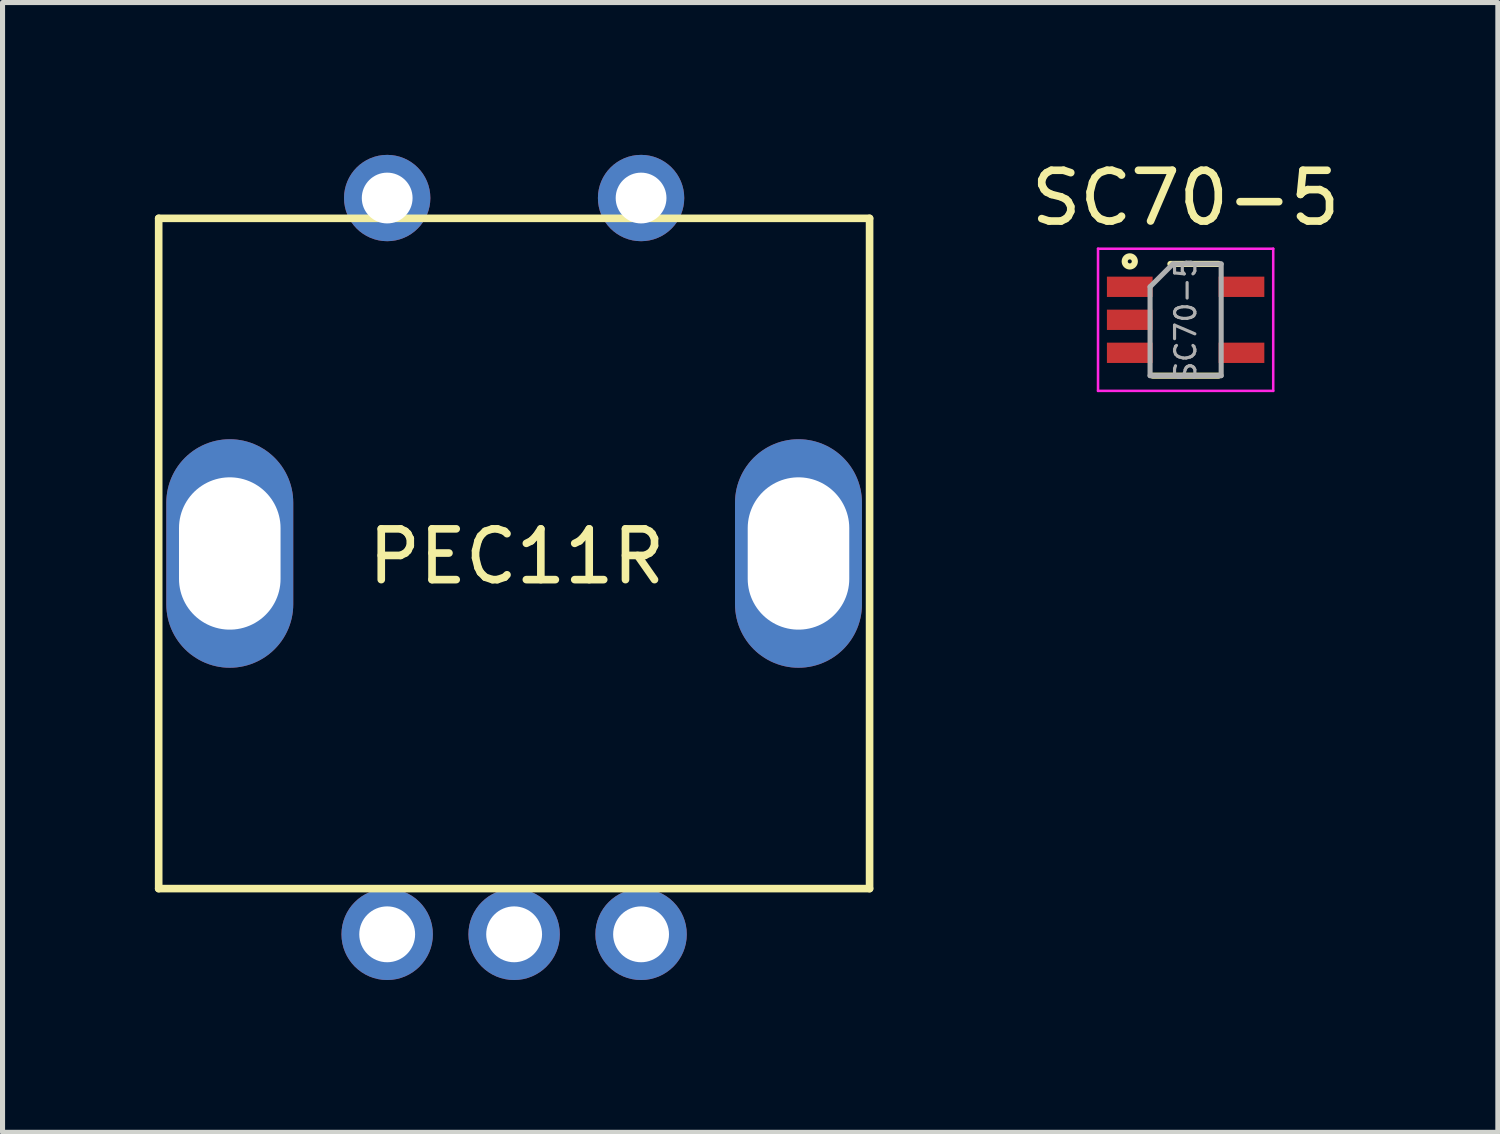
<source format=kicad_pcb>
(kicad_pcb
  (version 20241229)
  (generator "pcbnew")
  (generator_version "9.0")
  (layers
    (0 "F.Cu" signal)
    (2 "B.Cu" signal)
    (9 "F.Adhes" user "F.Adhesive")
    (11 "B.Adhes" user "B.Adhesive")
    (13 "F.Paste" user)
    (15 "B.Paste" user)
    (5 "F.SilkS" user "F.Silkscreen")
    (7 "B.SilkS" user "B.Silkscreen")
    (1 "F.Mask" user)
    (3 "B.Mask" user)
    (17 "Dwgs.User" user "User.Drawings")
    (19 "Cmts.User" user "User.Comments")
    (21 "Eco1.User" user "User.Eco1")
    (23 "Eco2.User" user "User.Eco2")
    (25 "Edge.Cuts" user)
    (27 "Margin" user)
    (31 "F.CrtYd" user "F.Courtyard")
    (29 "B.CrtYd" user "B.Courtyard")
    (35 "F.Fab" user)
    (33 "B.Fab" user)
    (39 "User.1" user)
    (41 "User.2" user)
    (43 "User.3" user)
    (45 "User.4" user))
  (footprint "SC70-5"
    (layer "F.Cu")
    (at 20.299 3.248)
    (property "Reference" "SC70-5" (at 0 -2.4 0) (layer "F.SilkS") (effects (font (size 1 1) (thickness 0.15))))
    (attr smd)
    (fp_line (start -0.3 -1.1) (end 0.65 -1.1) (stroke (width 0.12) (type solid)) (layer "F.SilkS"))
    (fp_line (start 0.65 1.1) (end -0.65 1.1) (stroke (width 0.12) (type solid)) (layer "F.SilkS"))
    (fp_circle (center -1.1 -1.15) (end -1 -1.15) (stroke (width 0.12) (type solid)) (fill no) (layer "F.SilkS"))
    (fp_line (start -1.725 -1.4) (end -1.725 1.4) (stroke (width 0.05) (type solid)) (layer "F.CrtYd"))
    (fp_line (start -1.725 -1.4) (end 1.725 -1.4) (stroke (width 0.05) (type solid)) (layer "F.CrtYd"))
    (fp_line (start 1.725 1.4) (end -1.725 1.4) (stroke (width 0.05) (type solid)) (layer "F.CrtYd"))
    (fp_line (start 1.725 1.4) (end 1.725 -1.4) (stroke (width 0.05) (type solid)) (layer "F.CrtYd"))
    (fp_line (start -0.7 -0.65) (end -0.7 1.1) (stroke (width 0.1) (type solid)) (layer "F.Fab"))
    (fp_line (start -0.7 -0.65) (end -0.25 -1.1) (stroke (width 0.1) (type solid)) (layer "F.Fab"))
    (fp_line (start -0.7 1.1) (end 0.7 1.1) (stroke (width 0.1) (type solid)) (layer "F.Fab"))
    (fp_line (start 0.7 -1.1) (end -0.25 -1.1) (stroke (width 0.1) (type solid)) (layer "F.Fab"))
    (fp_line (start 0.7 1.1) (end 0.7 -1.1) (stroke (width 0.1) (type solid)) (layer "F.Fab"))
    (fp_text user "${REFERENCE}" (at 0 0 90) (layer "F.Fab") (effects (font (size 0.4 0.4) (thickness 0.062))))
    (pad "1" smd rect (at -1.1 -0.65) (size 0.9 0.4) (layers "F.Cu" "F.Mask" "F.Paste"))
    (pad "2" smd rect (at -1.1 0) (size 0.9 0.4) (layers "F.Cu" "F.Mask" "F.Paste"))
    (pad "3" smd rect (at -1.1 0.65) (size 0.9 0.4) (layers "F.Cu" "F.Mask" "F.Paste"))
    (pad "4" smd rect (at 1.1 0.65) (size 0.9 0.4) (layers "F.Cu" "F.Mask" "F.Paste"))
    (pad "5" smd rect (at 1.1 -0.65) (size 0.9 0.4) (layers "F.Cu" "F.Mask" "F.Paste")))
  (footprint "PEC11R"
    (layer "F.Cu")
    (at 7.075 7.85)
    (property "Reference" "PEC11R" (at 0.05 0.06 0) (layer "F.SilkS") (effects (font (size 1 1) (thickness 0.15))))
    (attr through_hole)
    (fp_line (start -7 -6.6) (end 7 -6.6) (stroke (width 0.15) (type solid)) (layer "F.SilkS"))
    (fp_line (start -7 6.6) (end -7 -6.6) (stroke (width 0.15) (type solid)) (layer "F.SilkS"))
    (fp_line (start 7 -6.6) (end 7 6.6) (stroke (width 0.15) (type solid)) (layer "F.SilkS"))
    (fp_line (start 7 6.6) (end -7 6.6) (stroke (width 0.15) (type solid)) (layer "F.SilkS"))
    (pad "" np_thru_hole oval (at -5.6 0) (size 2.5 4.5) (drill oval 2 3) (layers "*.Cu" "*.Mask"))
    (pad "" np_thru_hole oval (at 5.6 0) (size 2.5 4.5) (drill oval 2 3) (layers "*.Cu" "*.Mask"))
    (pad "A" thru_hole circle (at -2.5 7.5) (size 1.8 1.8) (drill 1.1) (layers "*.Cu" "*.Mask"))
    (pad "B" thru_hole circle (at 2.5 7.5) (size 1.8 1.8) (drill 1.1) (layers "*.Cu" "*.Mask"))
    (pad "C" thru_hole circle (at 0 7.5) (size 1.8 1.8) (drill 1.1) (layers "*.Cu" "*.Mask"))
    (pad "S1" thru_hole circle (at -2.5 -7) (size 1.7 1.7) (drill 1) (layers "*.Cu" "*.Mask"))
    (pad "S2" thru_hole circle (at 2.5 -7) (size 1.7 1.7) (drill 1) (layers "*.Cu" "*.Mask")))
  (gr_rect
    (start -3 -3)
    (end 26.448 19.25)
    (stroke (width 0.1) (type default))
    (fill no)
    (layer "Edge.Cuts")))
</source>
